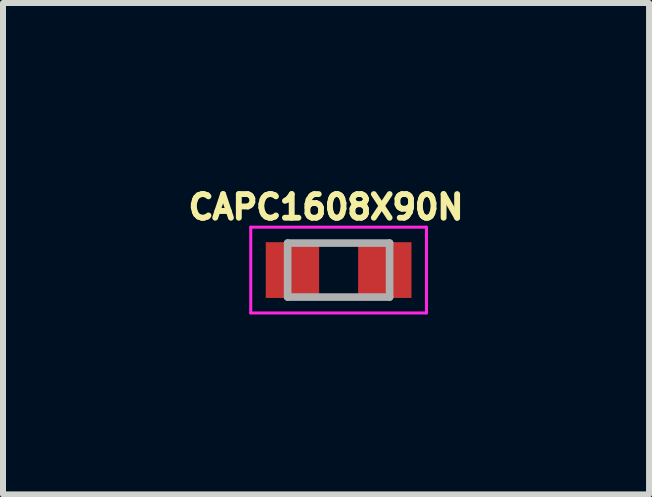
<source format=kicad_pcb>
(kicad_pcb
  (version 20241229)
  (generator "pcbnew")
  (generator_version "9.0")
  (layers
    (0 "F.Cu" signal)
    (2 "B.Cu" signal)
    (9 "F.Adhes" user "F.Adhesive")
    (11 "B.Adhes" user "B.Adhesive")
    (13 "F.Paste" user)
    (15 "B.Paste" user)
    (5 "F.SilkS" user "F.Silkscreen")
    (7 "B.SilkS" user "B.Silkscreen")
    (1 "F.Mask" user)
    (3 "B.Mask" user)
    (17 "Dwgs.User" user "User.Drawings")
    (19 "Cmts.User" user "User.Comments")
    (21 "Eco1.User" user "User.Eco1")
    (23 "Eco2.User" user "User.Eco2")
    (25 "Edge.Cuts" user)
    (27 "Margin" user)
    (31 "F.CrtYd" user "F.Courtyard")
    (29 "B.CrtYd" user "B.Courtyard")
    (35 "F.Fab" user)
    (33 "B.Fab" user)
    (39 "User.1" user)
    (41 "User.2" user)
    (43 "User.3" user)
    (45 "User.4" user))
  (footprint "CAPC1608X90N"
    (layer "F.Cu")
    (at 2.596 1.453)
    (property "Reference" "CAPC1608X90N" (at -0.21 -1.05 0) (layer "F.SilkS") (effects (font (size 0.394 0.394) (thickness 0.098))))
    (attr smd)
    (fp_line (start -1.465 -0.715) (end 1.465 -0.715) (stroke (width 0.05) (type solid)) (layer "F.CrtYd"))
    (fp_line (start -1.465 0.715) (end -1.465 -0.715) (stroke (width 0.05) (type solid)) (layer "F.CrtYd"))
    (fp_line (start -1.465 0.715) (end 1.465 0.715) (stroke (width 0.05) (type solid)) (layer "F.CrtYd"))
    (fp_line (start 1.465 0.715) (end 1.465 -0.715) (stroke (width 0.05) (type solid)) (layer "F.CrtYd"))
    (fp_line (start -0.85 0.45) (end -0.85 -0.45) (stroke (width 0.127) (type solid)) (layer "F.Fab"))
    (fp_line (start 0.85 -0.45) (end -0.85 -0.45) (stroke (width 0.127) (type solid)) (layer "F.Fab"))
    (fp_line (start 0.85 0.45) (end -0.85 0.45) (stroke (width 0.127) (type solid)) (layer "F.Fab"))
    (fp_line (start 0.85 0.45) (end 0.85 -0.45) (stroke (width 0.127) (type solid)) (layer "F.Fab"))
    (pad "1" smd rect (at -0.77 0) (size 0.89 0.93) (layers "F.Cu" "F.Mask" "F.Paste"))
    (pad "2" smd rect (at 0.77 0) (size 0.89 0.93) (layers "F.Cu" "F.Mask" "F.Paste")))
  (gr_rect
    (start -3 -3)
    (end 7.772 5.193)
    (stroke (width 0.1) (type default))
    (fill no)
    (layer "Edge.Cuts")))
</source>
